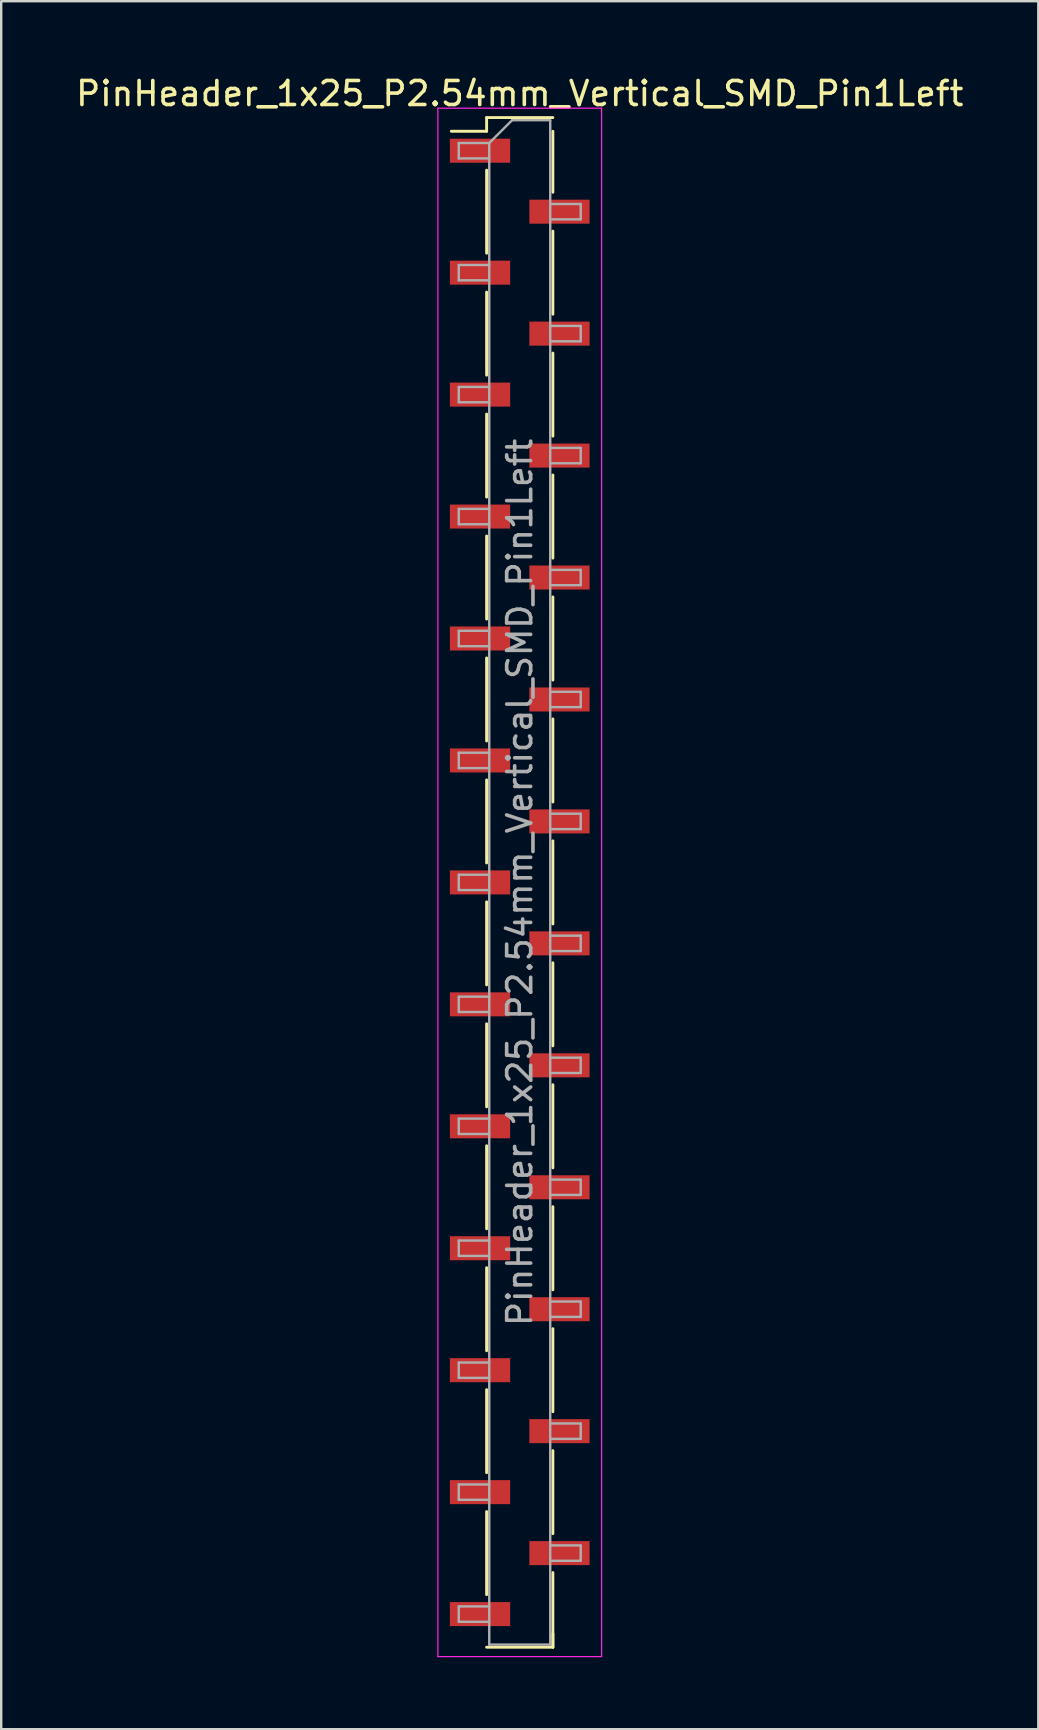
<source format=kicad_pcb>
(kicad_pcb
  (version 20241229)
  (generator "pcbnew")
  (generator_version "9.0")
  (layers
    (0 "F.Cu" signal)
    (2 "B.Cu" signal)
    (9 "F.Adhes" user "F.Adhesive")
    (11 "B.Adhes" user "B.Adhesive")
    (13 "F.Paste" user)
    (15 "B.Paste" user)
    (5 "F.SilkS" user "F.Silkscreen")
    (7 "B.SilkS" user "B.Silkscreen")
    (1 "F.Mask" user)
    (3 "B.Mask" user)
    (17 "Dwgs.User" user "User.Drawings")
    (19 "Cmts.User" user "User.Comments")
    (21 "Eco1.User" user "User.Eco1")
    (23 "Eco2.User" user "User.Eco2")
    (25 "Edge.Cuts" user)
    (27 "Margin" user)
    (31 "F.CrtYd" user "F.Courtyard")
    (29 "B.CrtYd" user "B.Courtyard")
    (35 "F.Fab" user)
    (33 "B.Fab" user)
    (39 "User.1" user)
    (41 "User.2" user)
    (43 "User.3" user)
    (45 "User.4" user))
  (footprint "PinHeader_1x25_P2.54mm_Vertical_SMD_Pin1Left"
    (layer "F.Cu")
    (at 18.601 33.708)
    (property "Reference" "PinHeader_1x25_P2.54mm_Vertical_SMD_Pin1Left" (at 0 -32.86 0) (layer "F.SilkS") (effects (font (size 1 1) (thickness 0.15))))
    (attr smd)
    (fp_line (start -1.38 -31.86) (end -1.38 -31.29) (stroke (width 0.12) (type solid)) (layer "F.SilkS"))
    (fp_line (start -1.38 -31.86) (end 1.38 -31.86) (stroke (width 0.12) (type solid)) (layer "F.SilkS"))
    (fp_line (start -1.38 -31.29) (end -2.85 -31.29) (stroke (width 0.12) (type solid)) (layer "F.SilkS"))
    (fp_line (start -1.38 -29.67) (end -1.38 -26.21) (stroke (width 0.12) (type solid)) (layer "F.SilkS"))
    (fp_line (start -1.38 -24.59) (end -1.38 -21.13) (stroke (width 0.12) (type solid)) (layer "F.SilkS"))
    (fp_line (start -1.38 -19.51) (end -1.38 -16.05) (stroke (width 0.12) (type solid)) (layer "F.SilkS"))
    (fp_line (start -1.38 -14.43) (end -1.38 -10.97) (stroke (width 0.12) (type solid)) (layer "F.SilkS"))
    (fp_line (start -1.38 -9.35) (end -1.38 -5.89) (stroke (width 0.12) (type solid)) (layer "F.SilkS"))
    (fp_line (start -1.38 -4.27) (end -1.38 -0.81) (stroke (width 0.12) (type solid)) (layer "F.SilkS"))
    (fp_line (start -1.38 0.81) (end -1.38 4.27) (stroke (width 0.12) (type solid)) (layer "F.SilkS"))
    (fp_line (start -1.38 5.89) (end -1.38 9.35) (stroke (width 0.12) (type solid)) (layer "F.SilkS"))
    (fp_line (start -1.38 10.97) (end -1.38 14.43) (stroke (width 0.12) (type solid)) (layer "F.SilkS"))
    (fp_line (start -1.38 16.05) (end -1.38 19.51) (stroke (width 0.12) (type solid)) (layer "F.SilkS"))
    (fp_line (start -1.38 21.13) (end -1.38 24.59) (stroke (width 0.12) (type solid)) (layer "F.SilkS"))
    (fp_line (start -1.38 26.21) (end -1.38 29.67) (stroke (width 0.12) (type solid)) (layer "F.SilkS"))
    (fp_line (start -1.38 31.86) (end 1.38 31.86) (stroke (width 0.12) (type solid)) (layer "F.SilkS"))
    (fp_line (start 1.38 -31.29) (end 1.38 -28.75) (stroke (width 0.12) (type solid)) (layer "F.SilkS"))
    (fp_line (start 1.38 -27.13) (end 1.38 -23.67) (stroke (width 0.12) (type solid)) (layer "F.SilkS"))
    (fp_line (start 1.38 -22.05) (end 1.38 -18.59) (stroke (width 0.12) (type solid)) (layer "F.SilkS"))
    (fp_line (start 1.38 -16.97) (end 1.38 -13.51) (stroke (width 0.12) (type solid)) (layer "F.SilkS"))
    (fp_line (start 1.38 -11.89) (end 1.38 -8.43) (stroke (width 0.12) (type solid)) (layer "F.SilkS"))
    (fp_line (start 1.38 -6.81) (end 1.38 -3.35) (stroke (width 0.12) (type solid)) (layer "F.SilkS"))
    (fp_line (start 1.38 -1.73) (end 1.38 1.73) (stroke (width 0.12) (type solid)) (layer "F.SilkS"))
    (fp_line (start 1.38 3.35) (end 1.38 6.81) (stroke (width 0.12) (type solid)) (layer "F.SilkS"))
    (fp_line (start 1.38 8.43) (end 1.38 11.89) (stroke (width 0.12) (type solid)) (layer "F.SilkS"))
    (fp_line (start 1.38 13.51) (end 1.38 16.97) (stroke (width 0.12) (type solid)) (layer "F.SilkS"))
    (fp_line (start 1.38 18.59) (end 1.38 22.05) (stroke (width 0.12) (type solid)) (layer "F.SilkS"))
    (fp_line (start 1.38 23.67) (end 1.38 27.13) (stroke (width 0.12) (type solid)) (layer "F.SilkS"))
    (fp_line (start 1.38 28.75) (end 1.38 31.86) (stroke (width 0.12) (type solid)) (layer "F.SilkS"))
    (fp_line (start 1.38 31.29) (end 1.38 31.86) (stroke (width 0.12) (type solid)) (layer "F.SilkS"))
    (fp_line (start -3.41 -32.25) (end -3.41 32.25) (stroke (width 0.05) (type solid)) (layer "F.CrtYd"))
    (fp_line (start -3.41 32.25) (end 3.41 32.25) (stroke (width 0.05) (type solid)) (layer "F.CrtYd"))
    (fp_line (start 3.41 -32.25) (end -3.41 -32.25) (stroke (width 0.05) (type solid)) (layer "F.CrtYd"))
    (fp_line (start 3.41 32.25) (end 3.41 -32.25) (stroke (width 0.05) (type solid)) (layer "F.CrtYd"))
    (fp_line (start -2.54 -30.8) (end -2.54 -30.16) (stroke (width 0.1) (type solid)) (layer "F.Fab"))
    (fp_line (start -2.54 -30.16) (end -1.27 -30.16) (stroke (width 0.1) (type solid)) (layer "F.Fab"))
    (fp_line (start -2.54 -25.72) (end -2.54 -25.08) (stroke (width 0.1) (type solid)) (layer "F.Fab"))
    (fp_line (start -2.54 -25.08) (end -1.27 -25.08) (stroke (width 0.1) (type solid)) (layer "F.Fab"))
    (fp_line (start -2.54 -20.64) (end -2.54 -20) (stroke (width 0.1) (type solid)) (layer "F.Fab"))
    (fp_line (start -2.54 -20) (end -1.27 -20) (stroke (width 0.1) (type solid)) (layer "F.Fab"))
    (fp_line (start -2.54 -15.56) (end -2.54 -14.92) (stroke (width 0.1) (type solid)) (layer "F.Fab"))
    (fp_line (start -2.54 -14.92) (end -1.27 -14.92) (stroke (width 0.1) (type solid)) (layer "F.Fab"))
    (fp_line (start -2.54 -10.48) (end -2.54 -9.84) (stroke (width 0.1) (type solid)) (layer "F.Fab"))
    (fp_line (start -2.54 -9.84) (end -1.27 -9.84) (stroke (width 0.1) (type solid)) (layer "F.Fab"))
    (fp_line (start -2.54 -5.4) (end -2.54 -4.76) (stroke (width 0.1) (type solid)) (layer "F.Fab"))
    (fp_line (start -2.54 -4.76) (end -1.27 -4.76) (stroke (width 0.1) (type solid)) (layer "F.Fab"))
    (fp_line (start -2.54 -0.32) (end -2.54 0.32) (stroke (width 0.1) (type solid)) (layer "F.Fab"))
    (fp_line (start -2.54 0.32) (end -1.27 0.32) (stroke (width 0.1) (type solid)) (layer "F.Fab"))
    (fp_line (start -2.54 4.76) (end -2.54 5.4) (stroke (width 0.1) (type solid)) (layer "F.Fab"))
    (fp_line (start -2.54 5.4) (end -1.27 5.4) (stroke (width 0.1) (type solid)) (layer "F.Fab"))
    (fp_line (start -2.54 9.84) (end -2.54 10.48) (stroke (width 0.1) (type solid)) (layer "F.Fab"))
    (fp_line (start -2.54 10.48) (end -1.27 10.48) (stroke (width 0.1) (type solid)) (layer "F.Fab"))
    (fp_line (start -2.54 14.92) (end -2.54 15.56) (stroke (width 0.1) (type solid)) (layer "F.Fab"))
    (fp_line (start -2.54 15.56) (end -1.27 15.56) (stroke (width 0.1) (type solid)) (layer "F.Fab"))
    (fp_line (start -2.54 20) (end -2.54 20.64) (stroke (width 0.1) (type solid)) (layer "F.Fab"))
    (fp_line (start -2.54 20.64) (end -1.27 20.64) (stroke (width 0.1) (type solid)) (layer "F.Fab"))
    (fp_line (start -2.54 25.08) (end -2.54 25.72) (stroke (width 0.1) (type solid)) (layer "F.Fab"))
    (fp_line (start -2.54 25.72) (end -1.27 25.72) (stroke (width 0.1) (type solid)) (layer "F.Fab"))
    (fp_line (start -2.54 30.16) (end -2.54 30.8) (stroke (width 0.1) (type solid)) (layer "F.Fab"))
    (fp_line (start -2.54 30.8) (end -1.27 30.8) (stroke (width 0.1) (type solid)) (layer "F.Fab"))
    (fp_line (start -1.27 -30.8) (end -2.54 -30.8) (stroke (width 0.1) (type solid)) (layer "F.Fab"))
    (fp_line (start -1.27 -30.8) (end -0.32 -31.75) (stroke (width 0.1) (type solid)) (layer "F.Fab"))
    (fp_line (start -1.27 -25.72) (end -2.54 -25.72) (stroke (width 0.1) (type solid)) (layer "F.Fab"))
    (fp_line (start -1.27 -20.64) (end -2.54 -20.64) (stroke (width 0.1) (type solid)) (layer "F.Fab"))
    (fp_line (start -1.27 -15.56) (end -2.54 -15.56) (stroke (width 0.1) (type solid)) (layer "F.Fab"))
    (fp_line (start -1.27 -10.48) (end -2.54 -10.48) (stroke (width 0.1) (type solid)) (layer "F.Fab"))
    (fp_line (start -1.27 -5.4) (end -2.54 -5.4) (stroke (width 0.1) (type solid)) (layer "F.Fab"))
    (fp_line (start -1.27 -0.32) (end -2.54 -0.32) (stroke (width 0.1) (type solid)) (layer "F.Fab"))
    (fp_line (start -1.27 4.76) (end -2.54 4.76) (stroke (width 0.1) (type solid)) (layer "F.Fab"))
    (fp_line (start -1.27 9.84) (end -2.54 9.84) (stroke (width 0.1) (type solid)) (layer "F.Fab"))
    (fp_line (start -1.27 14.92) (end -2.54 14.92) (stroke (width 0.1) (type solid)) (layer "F.Fab"))
    (fp_line (start -1.27 20) (end -2.54 20) (stroke (width 0.1) (type solid)) (layer "F.Fab"))
    (fp_line (start -1.27 25.08) (end -2.54 25.08) (stroke (width 0.1) (type solid)) (layer "F.Fab"))
    (fp_line (start -1.27 30.16) (end -2.54 30.16) (stroke (width 0.1) (type solid)) (layer "F.Fab"))
    (fp_line (start -1.27 31.75) (end -1.27 -30.8) (stroke (width 0.1) (type solid)) (layer "F.Fab"))
    (fp_line (start -0.32 -31.75) (end 1.27 -31.75) (stroke (width 0.1) (type solid)) (layer "F.Fab"))
    (fp_line (start 1.27 -31.75) (end 1.27 31.75) (stroke (width 0.1) (type solid)) (layer "F.Fab"))
    (fp_line (start 1.27 -28.26) (end 2.54 -28.26) (stroke (width 0.1) (type solid)) (layer "F.Fab"))
    (fp_line (start 1.27 -23.18) (end 2.54 -23.18) (stroke (width 0.1) (type solid)) (layer "F.Fab"))
    (fp_line (start 1.27 -18.1) (end 2.54 -18.1) (stroke (width 0.1) (type solid)) (layer "F.Fab"))
    (fp_line (start 1.27 -13.02) (end 2.54 -13.02) (stroke (width 0.1) (type solid)) (layer "F.Fab"))
    (fp_line (start 1.27 -7.94) (end 2.54 -7.94) (stroke (width 0.1) (type solid)) (layer "F.Fab"))
    (fp_line (start 1.27 -2.86) (end 2.54 -2.86) (stroke (width 0.1) (type solid)) (layer "F.Fab"))
    (fp_line (start 1.27 2.22) (end 2.54 2.22) (stroke (width 0.1) (type solid)) (layer "F.Fab"))
    (fp_line (start 1.27 7.3) (end 2.54 7.3) (stroke (width 0.1) (type solid)) (layer "F.Fab"))
    (fp_line (start 1.27 12.38) (end 2.54 12.38) (stroke (width 0.1) (type solid)) (layer "F.Fab"))
    (fp_line (start 1.27 17.46) (end 2.54 17.46) (stroke (width 0.1) (type solid)) (layer "F.Fab"))
    (fp_line (start 1.27 22.54) (end 2.54 22.54) (stroke (width 0.1) (type solid)) (layer "F.Fab"))
    (fp_line (start 1.27 27.62) (end 2.54 27.62) (stroke (width 0.1) (type solid)) (layer "F.Fab"))
    (fp_line (start 1.27 31.75) (end -1.27 31.75) (stroke (width 0.1) (type solid)) (layer "F.Fab"))
    (fp_line (start 2.54 -28.26) (end 2.54 -27.62) (stroke (width 0.1) (type solid)) (layer "F.Fab"))
    (fp_line (start 2.54 -27.62) (end 1.27 -27.62) (stroke (width 0.1) (type solid)) (layer "F.Fab"))
    (fp_line (start 2.54 -23.18) (end 2.54 -22.54) (stroke (width 0.1) (type solid)) (layer "F.Fab"))
    (fp_line (start 2.54 -22.54) (end 1.27 -22.54) (stroke (width 0.1) (type solid)) (layer "F.Fab"))
    (fp_line (start 2.54 -18.1) (end 2.54 -17.46) (stroke (width 0.1) (type solid)) (layer "F.Fab"))
    (fp_line (start 2.54 -17.46) (end 1.27 -17.46) (stroke (width 0.1) (type solid)) (layer "F.Fab"))
    (fp_line (start 2.54 -13.02) (end 2.54 -12.38) (stroke (width 0.1) (type solid)) (layer "F.Fab"))
    (fp_line (start 2.54 -12.38) (end 1.27 -12.38) (stroke (width 0.1) (type solid)) (layer "F.Fab"))
    (fp_line (start 2.54 -7.94) (end 2.54 -7.3) (stroke (width 0.1) (type solid)) (layer "F.Fab"))
    (fp_line (start 2.54 -7.3) (end 1.27 -7.3) (stroke (width 0.1) (type solid)) (layer "F.Fab"))
    (fp_line (start 2.54 -2.86) (end 2.54 -2.22) (stroke (width 0.1) (type solid)) (layer "F.Fab"))
    (fp_line (start 2.54 -2.22) (end 1.27 -2.22) (stroke (width 0.1) (type solid)) (layer "F.Fab"))
    (fp_line (start 2.54 2.22) (end 2.54 2.86) (stroke (width 0.1) (type solid)) (layer "F.Fab"))
    (fp_line (start 2.54 2.86) (end 1.27 2.86) (stroke (width 0.1) (type solid)) (layer "F.Fab"))
    (fp_line (start 2.54 7.3) (end 2.54 7.94) (stroke (width 0.1) (type solid)) (layer "F.Fab"))
    (fp_line (start 2.54 7.94) (end 1.27 7.94) (stroke (width 0.1) (type solid)) (layer "F.Fab"))
    (fp_line (start 2.54 12.38) (end 2.54 13.02) (stroke (width 0.1) (type solid)) (layer "F.Fab"))
    (fp_line (start 2.54 13.02) (end 1.27 13.02) (stroke (width 0.1) (type solid)) (layer "F.Fab"))
    (fp_line (start 2.54 17.46) (end 2.54 18.1) (stroke (width 0.1) (type solid)) (layer "F.Fab"))
    (fp_line (start 2.54 18.1) (end 1.27 18.1) (stroke (width 0.1) (type solid)) (layer "F.Fab"))
    (fp_line (start 2.54 22.54) (end 2.54 23.18) (stroke (width 0.1) (type solid)) (layer "F.Fab"))
    (fp_line (start 2.54 23.18) (end 1.27 23.18) (stroke (width 0.1) (type solid)) (layer "F.Fab"))
    (fp_line (start 2.54 27.62) (end 2.54 28.26) (stroke (width 0.1) (type solid)) (layer "F.Fab"))
    (fp_line (start 2.54 28.26) (end 1.27 28.26) (stroke (width 0.1) (type solid)) (layer "F.Fab"))
    (fp_text user "${REFERENCE}" (at 0 0 90) (layer "F.Fab") (effects (font (size 1 1) (thickness 0.15))))
    (pad "1" smd rect (at -1.655 -30.48) (size 2.51 1) (layers "F.Cu" "F.Mask" "F.Paste"))
    (pad "2" smd rect (at 1.655 -27.94) (size 2.51 1) (layers "F.Cu" "F.Mask" "F.Paste"))
    (pad "3" smd rect (at -1.655 -25.4) (size 2.51 1) (layers "F.Cu" "F.Mask" "F.Paste"))
    (pad "4" smd rect (at 1.655 -22.86) (size 2.51 1) (layers "F.Cu" "F.Mask" "F.Paste"))
    (pad "5" smd rect (at -1.655 -20.32) (size 2.51 1) (layers "F.Cu" "F.Mask" "F.Paste"))
    (pad "6" smd rect (at 1.655 -17.78) (size 2.51 1) (layers "F.Cu" "F.Mask" "F.Paste"))
    (pad "7" smd rect (at -1.655 -15.24) (size 2.51 1) (layers "F.Cu" "F.Mask" "F.Paste"))
    (pad "8" smd rect (at 1.655 -12.7) (size 2.51 1) (layers "F.Cu" "F.Mask" "F.Paste"))
    (pad "9" smd rect (at -1.655 -10.16) (size 2.51 1) (layers "F.Cu" "F.Mask" "F.Paste"))
    (pad "10" smd rect (at 1.655 -7.62) (size 2.51 1) (layers "F.Cu" "F.Mask" "F.Paste"))
    (pad "11" smd rect (at -1.655 -5.08) (size 2.51 1) (layers "F.Cu" "F.Mask" "F.Paste"))
    (pad "12" smd rect (at 1.655 -2.54) (size 2.51 1) (layers "F.Cu" "F.Mask" "F.Paste"))
    (pad "13" smd rect (at -1.655 0) (size 2.51 1) (layers "F.Cu" "F.Mask" "F.Paste"))
    (pad "14" smd rect (at 1.655 2.54) (size 2.51 1) (layers "F.Cu" "F.Mask" "F.Paste"))
    (pad "15" smd rect (at -1.655 5.08) (size 2.51 1) (layers "F.Cu" "F.Mask" "F.Paste"))
    (pad "16" smd rect (at 1.655 7.62) (size 2.51 1) (layers "F.Cu" "F.Mask" "F.Paste"))
    (pad "17" smd rect (at -1.655 10.16) (size 2.51 1) (layers "F.Cu" "F.Mask" "F.Paste"))
    (pad "18" smd rect (at 1.655 12.7) (size 2.51 1) (layers "F.Cu" "F.Mask" "F.Paste"))
    (pad "19" smd rect (at -1.655 15.24) (size 2.51 1) (layers "F.Cu" "F.Mask" "F.Paste"))
    (pad "20" smd rect (at 1.655 17.78) (size 2.51 1) (layers "F.Cu" "F.Mask" "F.Paste"))
    (pad "21" smd rect (at -1.655 20.32) (size 2.51 1) (layers "F.Cu" "F.Mask" "F.Paste"))
    (pad "22" smd rect (at 1.655 22.86) (size 2.51 1) (layers "F.Cu" "F.Mask" "F.Paste"))
    (pad "23" smd rect (at -1.655 25.4) (size 2.51 1) (layers "F.Cu" "F.Mask" "F.Paste"))
    (pad "24" smd rect (at 1.655 27.94) (size 2.51 1) (layers "F.Cu" "F.Mask" "F.Paste"))
    (pad "25" smd rect (at -1.655 30.48) (size 2.51 1) (layers "F.Cu" "F.Mask" "F.Paste")))
  (gr_rect
    (start -3 -3)
    (end 40.202 68.983)
    (stroke (width 0.1) (type default))
    (fill no)
    (layer "Edge.Cuts")))
</source>
